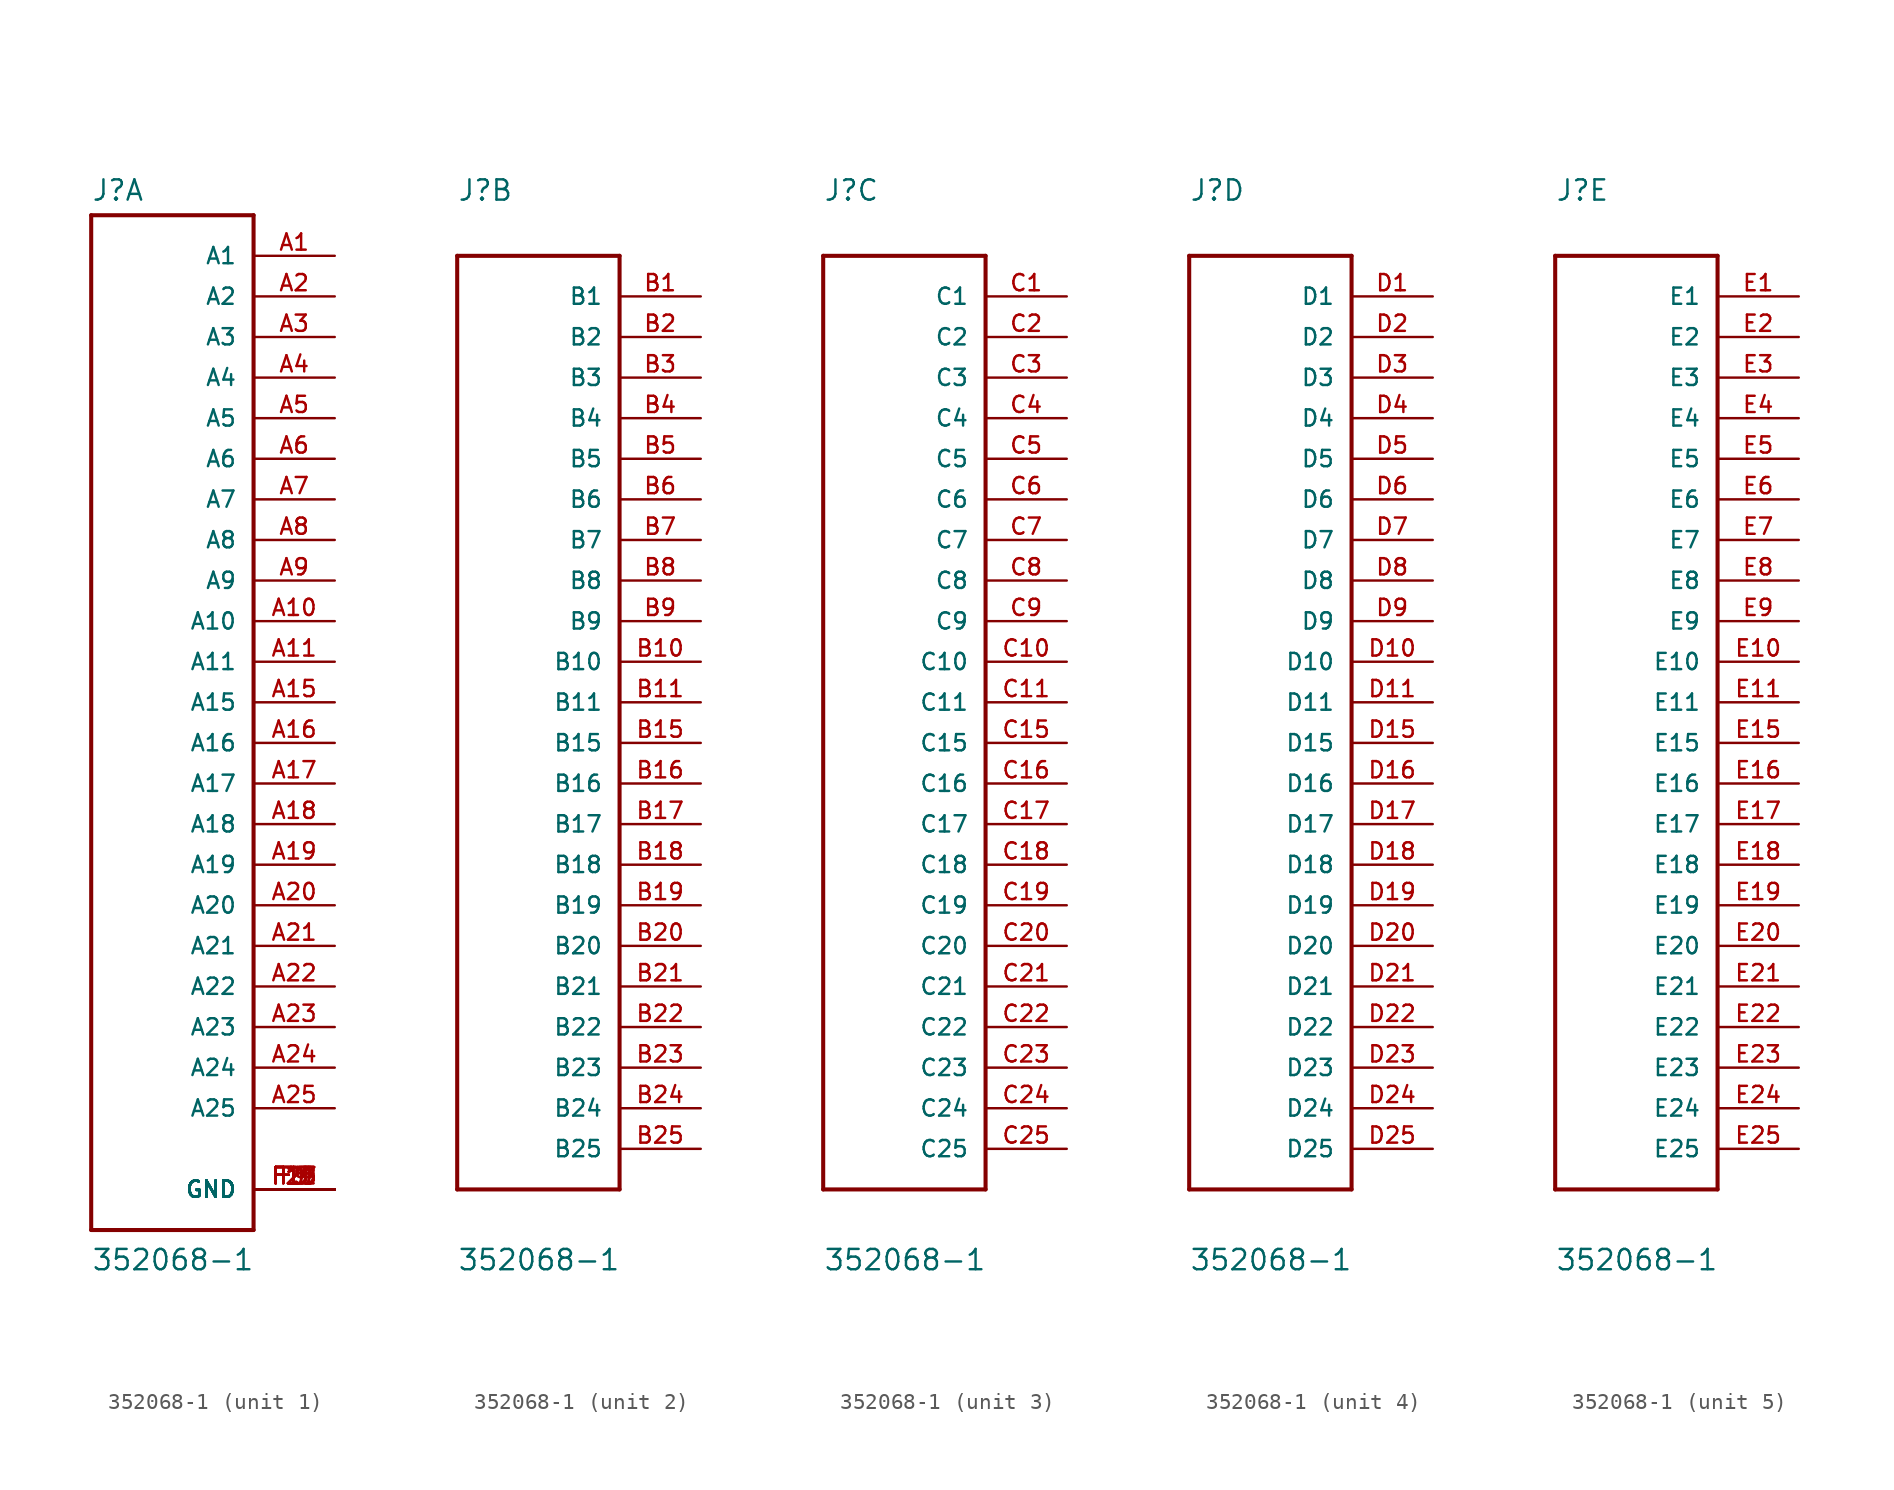
<source format=kicad_sym>
(kicad_symbol_lib
  (version 20211014)
  (generator kicad_symbol_editor)
  (symbol "352068-1"
    (pin_names
      (offset 1.016))
    (property "Reference" "J"
      (at -5.08 31.293 0)
      (effects (font (size 1.27 1.27)) (justify left bottom)))
    (property "Value" "352068-1"
      (at -5.08 -35.636 0)
      (effects (font (size 1.27 1.27)) (justify left bottom)))
    (property "ki_locked" ""
      (at 0 0 0)
      (effects (font (size 1.27 1.27))))
    (symbol "352068-1_1_0"
      (polyline (pts (xy -5.08 -33.02) (xy 5.08 -33.02)) (stroke (width 0.254) (type default) (color 0 0 0 0)) (fill (type none)))
      (polyline (pts (xy -5.08 30.48) (xy -5.08 -33.02)) (stroke (width 0.254) (type default) (color 0 0 0 0)) (fill (type none)))
      (polyline (pts (xy 5.08 -33.02) (xy 5.08 30.48)) (stroke (width 0.254) (type default) (color 0 0 0 0)) (fill (type none)))
      (polyline (pts (xy 5.08 30.48) (xy -5.08 30.48)) (stroke (width 0.254) (type default) (color 0 0 0 0)) (fill (type none)))
      (pin passive line (at 10.16 27.94 180) (length 5.08) (name "A1" (effects (font (size 1.016 1.016)))) (number "A1" (effects (font (size 1.016 1.016)))))
      (pin passive line (at 10.16 5.08 180) (length 5.08) (name "A10" (effects (font (size 1.016 1.016)))) (number "A10" (effects (font (size 1.016 1.016)))))
      (pin passive line (at 10.16 2.54 180) (length 5.08) (name "A11" (effects (font (size 1.016 1.016)))) (number "A11" (effects (font (size 1.016 1.016)))))
      (pin passive line (at 10.16 0 180) (length 5.08) (name "A15" (effects (font (size 1.016 1.016)))) (number "A15" (effects (font (size 1.016 1.016)))))
      (pin passive line (at 10.16 -2.54 180) (length 5.08) (name "A16" (effects (font (size 1.016 1.016)))) (number "A16" (effects (font (size 1.016 1.016)))))
      (pin passive line (at 10.16 -5.08 180) (length 5.08) (name "A17" (effects (font (size 1.016 1.016)))) (number "A17" (effects (font (size 1.016 1.016)))))
      (pin passive line (at 10.16 -7.62 180) (length 5.08) (name "A18" (effects (font (size 1.016 1.016)))) (number "A18" (effects (font (size 1.016 1.016)))))
      (pin passive line (at 10.16 -10.16 180) (length 5.08) (name "A19" (effects (font (size 1.016 1.016)))) (number "A19" (effects (font (size 1.016 1.016)))))
      (pin passive line (at 10.16 25.4 180) (length 5.08) (name "A2" (effects (font (size 1.016 1.016)))) (number "A2" (effects (font (size 1.016 1.016)))))
      (pin passive line (at 10.16 -12.7 180) (length 5.08) (name "A20" (effects (font (size 1.016 1.016)))) (number "A20" (effects (font (size 1.016 1.016)))))
      (pin passive line (at 10.16 -15.24 180) (length 5.08) (name "A21" (effects (font (size 1.016 1.016)))) (number "A21" (effects (font (size 1.016 1.016)))))
      (pin passive line (at 10.16 -17.78 180) (length 5.08) (name "A22" (effects (font (size 1.016 1.016)))) (number "A22" (effects (font (size 1.016 1.016)))))
      (pin passive line (at 10.16 -20.32 180) (length 5.08) (name "A23" (effects (font (size 1.016 1.016)))) (number "A23" (effects (font (size 1.016 1.016)))))
      (pin passive line (at 10.16 -22.86 180) (length 5.08) (name "A24" (effects (font (size 1.016 1.016)))) (number "A24" (effects (font (size 1.016 1.016)))))
      (pin passive line (at 10.16 -25.4 180) (length 5.08) (name "A25" (effects (font (size 1.016 1.016)))) (number "A25" (effects (font (size 1.016 1.016)))))
      (pin passive line (at 10.16 22.86 180) (length 5.08) (name "A3" (effects (font (size 1.016 1.016)))) (number "A3" (effects (font (size 1.016 1.016)))))
      (pin passive line (at 10.16 20.32 180) (length 5.08) (name "A4" (effects (font (size 1.016 1.016)))) (number "A4" (effects (font (size 1.016 1.016)))))
      (pin passive line (at 10.16 17.78 180) (length 5.08) (name "A5" (effects (font (size 1.016 1.016)))) (number "A5" (effects (font (size 1.016 1.016)))))
      (pin passive line (at 10.16 15.24 180) (length 5.08) (name "A6" (effects (font (size 1.016 1.016)))) (number "A6" (effects (font (size 1.016 1.016)))))
      (pin passive line (at 10.16 12.7 180) (length 5.08) (name "A7" (effects (font (size 1.016 1.016)))) (number "A7" (effects (font (size 1.016 1.016)))))
      (pin passive line (at 10.16 10.16 180) (length 5.08) (name "A8" (effects (font (size 1.016 1.016)))) (number "A8" (effects (font (size 1.016 1.016)))))
      (pin passive line (at 10.16 7.62 180) (length 5.08) (name "A9" (effects (font (size 1.016 1.016)))) (number "A9" (effects (font (size 1.016 1.016)))))
      (pin passive line (at 10.16 -30.48 180) (length 5.08) (name "GND" (effects (font (size 1.016 1.016)))) (number "F1" (effects (font (size 1.016 1.016)))))
      (pin passive line (at 10.16 -30.48 180) (length 5.08) (name "GND" (effects (font (size 1.016 1.016)))) (number "F11" (effects (font (size 1.016 1.016)))))
      (pin passive line (at 10.16 -30.48 180) (length 5.08) (name "GND" (effects (font (size 1.016 1.016)))) (number "F13" (effects (font (size 1.016 1.016)))))
      (pin passive line (at 10.16 -30.48 180) (length 5.08) (name "GND" (effects (font (size 1.016 1.016)))) (number "F15" (effects (font (size 1.016 1.016)))))
      (pin passive line (at 10.16 -30.48 180) (length 5.08) (name "GND" (effects (font (size 1.016 1.016)))) (number "F17" (effects (font (size 1.016 1.016)))))
      (pin passive line (at 10.16 -30.48 180) (length 5.08) (name "GND" (effects (font (size 1.016 1.016)))) (number "F19" (effects (font (size 1.016 1.016)))))
      (pin passive line (at 10.16 -30.48 180) (length 5.08) (name "GND" (effects (font (size 1.016 1.016)))) (number "F21" (effects (font (size 1.016 1.016)))))
      (pin passive line (at 10.16 -30.48 180) (length 5.08) (name "GND" (effects (font (size 1.016 1.016)))) (number "F23" (effects (font (size 1.016 1.016)))))
      (pin passive line (at 10.16 -30.48 180) (length 5.08) (name "GND" (effects (font (size 1.016 1.016)))) (number "F25" (effects (font (size 1.016 1.016)))))
      (pin passive line (at 10.16 -30.48 180) (length 5.08) (name "GND" (effects (font (size 1.016 1.016)))) (number "F3" (effects (font (size 1.016 1.016)))))
      (pin passive line (at 10.16 -30.48 180) (length 5.08) (name "GND" (effects (font (size 1.016 1.016)))) (number "F5" (effects (font (size 1.016 1.016)))))
      (pin passive line (at 10.16 -30.48 180) (length 5.08) (name "GND" (effects (font (size 1.016 1.016)))) (number "F7" (effects (font (size 1.016 1.016)))))
      (pin passive line (at 10.16 -30.48 180) (length 5.08) (name "GND" (effects (font (size 1.016 1.016)))) (number "F9" (effects (font (size 1.016 1.016))))))
    (symbol "352068-1_2_0"
      (polyline (pts (xy -5.08 -30.48) (xy 5.08 -30.48)) (stroke (width 0.254) (type default) (color 0 0 0 0)) (fill (type none)))
      (polyline (pts (xy -5.08 27.94) (xy -5.08 -30.48)) (stroke (width 0.254) (type default) (color 0 0 0 0)) (fill (type none)))
      (polyline (pts (xy 5.08 -30.48) (xy 5.08 27.94)) (stroke (width 0.254) (type default) (color 0 0 0 0)) (fill (type none)))
      (polyline (pts (xy 5.08 27.94) (xy -5.08 27.94)) (stroke (width 0.254) (type default) (color 0 0 0 0)) (fill (type none)))
      (pin passive line (at 10.16 25.4 180) (length 5.08) (name "B1" (effects (font (size 1.016 1.016)))) (number "B1" (effects (font (size 1.016 1.016)))))
      (pin passive line (at 10.16 2.54 180) (length 5.08) (name "B10" (effects (font (size 1.016 1.016)))) (number "B10" (effects (font (size 1.016 1.016)))))
      (pin passive line (at 10.16 0 180) (length 5.08) (name "B11" (effects (font (size 1.016 1.016)))) (number "B11" (effects (font (size 1.016 1.016)))))
      (pin passive line (at 10.16 -2.54 180) (length 5.08) (name "B15" (effects (font (size 1.016 1.016)))) (number "B15" (effects (font (size 1.016 1.016)))))
      (pin passive line (at 10.16 -5.08 180) (length 5.08) (name "B16" (effects (font (size 1.016 1.016)))) (number "B16" (effects (font (size 1.016 1.016)))))
      (pin passive line (at 10.16 -7.62 180) (length 5.08) (name "B17" (effects (font (size 1.016 1.016)))) (number "B17" (effects (font (size 1.016 1.016)))))
      (pin passive line (at 10.16 -10.16 180) (length 5.08) (name "B18" (effects (font (size 1.016 1.016)))) (number "B18" (effects (font (size 1.016 1.016)))))
      (pin passive line (at 10.16 -12.7 180) (length 5.08) (name "B19" (effects (font (size 1.016 1.016)))) (number "B19" (effects (font (size 1.016 1.016)))))
      (pin passive line (at 10.16 22.86 180) (length 5.08) (name "B2" (effects (font (size 1.016 1.016)))) (number "B2" (effects (font (size 1.016 1.016)))))
      (pin passive line (at 10.16 -15.24 180) (length 5.08) (name "B20" (effects (font (size 1.016 1.016)))) (number "B20" (effects (font (size 1.016 1.016)))))
      (pin passive line (at 10.16 -17.78 180) (length 5.08) (name "B21" (effects (font (size 1.016 1.016)))) (number "B21" (effects (font (size 1.016 1.016)))))
      (pin passive line (at 10.16 -20.32 180) (length 5.08) (name "B22" (effects (font (size 1.016 1.016)))) (number "B22" (effects (font (size 1.016 1.016)))))
      (pin passive line (at 10.16 -22.86 180) (length 5.08) (name "B23" (effects (font (size 1.016 1.016)))) (number "B23" (effects (font (size 1.016 1.016)))))
      (pin passive line (at 10.16 -25.4 180) (length 5.08) (name "B24" (effects (font (size 1.016 1.016)))) (number "B24" (effects (font (size 1.016 1.016)))))
      (pin passive line (at 10.16 -27.94 180) (length 5.08) (name "B25" (effects (font (size 1.016 1.016)))) (number "B25" (effects (font (size 1.016 1.016)))))
      (pin passive line (at 10.16 20.32 180) (length 5.08) (name "B3" (effects (font (size 1.016 1.016)))) (number "B3" (effects (font (size 1.016 1.016)))))
      (pin passive line (at 10.16 17.78 180) (length 5.08) (name "B4" (effects (font (size 1.016 1.016)))) (number "B4" (effects (font (size 1.016 1.016)))))
      (pin passive line (at 10.16 15.24 180) (length 5.08) (name "B5" (effects (font (size 1.016 1.016)))) (number "B5" (effects (font (size 1.016 1.016)))))
      (pin passive line (at 10.16 12.7 180) (length 5.08) (name "B6" (effects (font (size 1.016 1.016)))) (number "B6" (effects (font (size 1.016 1.016)))))
      (pin passive line (at 10.16 10.16 180) (length 5.08) (name "B7" (effects (font (size 1.016 1.016)))) (number "B7" (effects (font (size 1.016 1.016)))))
      (pin passive line (at 10.16 7.62 180) (length 5.08) (name "B8" (effects (font (size 1.016 1.016)))) (number "B8" (effects (font (size 1.016 1.016)))))
      (pin passive line (at 10.16 5.08 180) (length 5.08) (name "B9" (effects (font (size 1.016 1.016)))) (number "B9" (effects (font (size 1.016 1.016))))))
    (symbol "352068-1_3_0"
      (polyline (pts (xy -5.08 -30.48) (xy 5.08 -30.48)) (stroke (width 0.254) (type default) (color 0 0 0 0)) (fill (type none)))
      (polyline (pts (xy -5.08 27.94) (xy -5.08 -30.48)) (stroke (width 0.254) (type default) (color 0 0 0 0)) (fill (type none)))
      (polyline (pts (xy 5.08 -30.48) (xy 5.08 27.94)) (stroke (width 0.254) (type default) (color 0 0 0 0)) (fill (type none)))
      (polyline (pts (xy 5.08 27.94) (xy -5.08 27.94)) (stroke (width 0.254) (type default) (color 0 0 0 0)) (fill (type none)))
      (pin passive line (at 10.16 25.4 180) (length 5.08) (name "C1" (effects (font (size 1.016 1.016)))) (number "C1" (effects (font (size 1.016 1.016)))))
      (pin passive line (at 10.16 2.54 180) (length 5.08) (name "C10" (effects (font (size 1.016 1.016)))) (number "C10" (effects (font (size 1.016 1.016)))))
      (pin passive line (at 10.16 0 180) (length 5.08) (name "C11" (effects (font (size 1.016 1.016)))) (number "C11" (effects (font (size 1.016 1.016)))))
      (pin passive line (at 10.16 -2.54 180) (length 5.08) (name "C15" (effects (font (size 1.016 1.016)))) (number "C15" (effects (font (size 1.016 1.016)))))
      (pin passive line (at 10.16 -5.08 180) (length 5.08) (name "C16" (effects (font (size 1.016 1.016)))) (number "C16" (effects (font (size 1.016 1.016)))))
      (pin passive line (at 10.16 -7.62 180) (length 5.08) (name "C17" (effects (font (size 1.016 1.016)))) (number "C17" (effects (font (size 1.016 1.016)))))
      (pin passive line (at 10.16 -10.16 180) (length 5.08) (name "C18" (effects (font (size 1.016 1.016)))) (number "C18" (effects (font (size 1.016 1.016)))))
      (pin passive line (at 10.16 -12.7 180) (length 5.08) (name "C19" (effects (font (size 1.016 1.016)))) (number "C19" (effects (font (size 1.016 1.016)))))
      (pin passive line (at 10.16 22.86 180) (length 5.08) (name "C2" (effects (font (size 1.016 1.016)))) (number "C2" (effects (font (size 1.016 1.016)))))
      (pin passive line (at 10.16 -15.24 180) (length 5.08) (name "C20" (effects (font (size 1.016 1.016)))) (number "C20" (effects (font (size 1.016 1.016)))))
      (pin passive line (at 10.16 -17.78 180) (length 5.08) (name "C21" (effects (font (size 1.016 1.016)))) (number "C21" (effects (font (size 1.016 1.016)))))
      (pin passive line (at 10.16 -20.32 180) (length 5.08) (name "C22" (effects (font (size 1.016 1.016)))) (number "C22" (effects (font (size 1.016 1.016)))))
      (pin passive line (at 10.16 -22.86 180) (length 5.08) (name "C23" (effects (font (size 1.016 1.016)))) (number "C23" (effects (font (size 1.016 1.016)))))
      (pin passive line (at 10.16 -25.4 180) (length 5.08) (name "C24" (effects (font (size 1.016 1.016)))) (number "C24" (effects (font (size 1.016 1.016)))))
      (pin passive line (at 10.16 -27.94 180) (length 5.08) (name "C25" (effects (font (size 1.016 1.016)))) (number "C25" (effects (font (size 1.016 1.016)))))
      (pin passive line (at 10.16 20.32 180) (length 5.08) (name "C3" (effects (font (size 1.016 1.016)))) (number "C3" (effects (font (size 1.016 1.016)))))
      (pin passive line (at 10.16 17.78 180) (length 5.08) (name "C4" (effects (font (size 1.016 1.016)))) (number "C4" (effects (font (size 1.016 1.016)))))
      (pin passive line (at 10.16 15.24 180) (length 5.08) (name "C5" (effects (font (size 1.016 1.016)))) (number "C5" (effects (font (size 1.016 1.016)))))
      (pin passive line (at 10.16 12.7 180) (length 5.08) (name "C6" (effects (font (size 1.016 1.016)))) (number "C6" (effects (font (size 1.016 1.016)))))
      (pin passive line (at 10.16 10.16 180) (length 5.08) (name "C7" (effects (font (size 1.016 1.016)))) (number "C7" (effects (font (size 1.016 1.016)))))
      (pin passive line (at 10.16 7.62 180) (length 5.08) (name "C8" (effects (font (size 1.016 1.016)))) (number "C8" (effects (font (size 1.016 1.016)))))
      (pin passive line (at 10.16 5.08 180) (length 5.08) (name "C9" (effects (font (size 1.016 1.016)))) (number "C9" (effects (font (size 1.016 1.016))))))
    (symbol "352068-1_4_0"
      (polyline (pts (xy -5.08 -30.48) (xy 5.08 -30.48)) (stroke (width 0.254) (type default) (color 0 0 0 0)) (fill (type none)))
      (polyline (pts (xy -5.08 27.94) (xy -5.08 -30.48)) (stroke (width 0.254) (type default) (color 0 0 0 0)) (fill (type none)))
      (polyline (pts (xy 5.08 -30.48) (xy 5.08 27.94)) (stroke (width 0.254) (type default) (color 0 0 0 0)) (fill (type none)))
      (polyline (pts (xy 5.08 27.94) (xy -5.08 27.94)) (stroke (width 0.254) (type default) (color 0 0 0 0)) (fill (type none)))
      (pin passive line (at 10.16 25.4 180) (length 5.08) (name "D1" (effects (font (size 1.016 1.016)))) (number "D1" (effects (font (size 1.016 1.016)))))
      (pin passive line (at 10.16 2.54 180) (length 5.08) (name "D10" (effects (font (size 1.016 1.016)))) (number "D10" (effects (font (size 1.016 1.016)))))
      (pin passive line (at 10.16 0 180) (length 5.08) (name "D11" (effects (font (size 1.016 1.016)))) (number "D11" (effects (font (size 1.016 1.016)))))
      (pin passive line (at 10.16 -2.54 180) (length 5.08) (name "D15" (effects (font (size 1.016 1.016)))) (number "D15" (effects (font (size 1.016 1.016)))))
      (pin passive line (at 10.16 -5.08 180) (length 5.08) (name "D16" (effects (font (size 1.016 1.016)))) (number "D16" (effects (font (size 1.016 1.016)))))
      (pin passive line (at 10.16 -7.62 180) (length 5.08) (name "D17" (effects (font (size 1.016 1.016)))) (number "D17" (effects (font (size 1.016 1.016)))))
      (pin passive line (at 10.16 -10.16 180) (length 5.08) (name "D18" (effects (font (size 1.016 1.016)))) (number "D18" (effects (font (size 1.016 1.016)))))
      (pin passive line (at 10.16 -12.7 180) (length 5.08) (name "D19" (effects (font (size 1.016 1.016)))) (number "D19" (effects (font (size 1.016 1.016)))))
      (pin passive line (at 10.16 22.86 180) (length 5.08) (name "D2" (effects (font (size 1.016 1.016)))) (number "D2" (effects (font (size 1.016 1.016)))))
      (pin passive line (at 10.16 -15.24 180) (length 5.08) (name "D20" (effects (font (size 1.016 1.016)))) (number "D20" (effects (font (size 1.016 1.016)))))
      (pin passive line (at 10.16 -17.78 180) (length 5.08) (name "D21" (effects (font (size 1.016 1.016)))) (number "D21" (effects (font (size 1.016 1.016)))))
      (pin passive line (at 10.16 -20.32 180) (length 5.08) (name "D22" (effects (font (size 1.016 1.016)))) (number "D22" (effects (font (size 1.016 1.016)))))
      (pin passive line (at 10.16 -22.86 180) (length 5.08) (name "D23" (effects (font (size 1.016 1.016)))) (number "D23" (effects (font (size 1.016 1.016)))))
      (pin passive line (at 10.16 -25.4 180) (length 5.08) (name "D24" (effects (font (size 1.016 1.016)))) (number "D24" (effects (font (size 1.016 1.016)))))
      (pin passive line (at 10.16 -27.94 180) (length 5.08) (name "D25" (effects (font (size 1.016 1.016)))) (number "D25" (effects (font (size 1.016 1.016)))))
      (pin passive line (at 10.16 20.32 180) (length 5.08) (name "D3" (effects (font (size 1.016 1.016)))) (number "D3" (effects (font (size 1.016 1.016)))))
      (pin passive line (at 10.16 17.78 180) (length 5.08) (name "D4" (effects (font (size 1.016 1.016)))) (number "D4" (effects (font (size 1.016 1.016)))))
      (pin passive line (at 10.16 15.24 180) (length 5.08) (name "D5" (effects (font (size 1.016 1.016)))) (number "D5" (effects (font (size 1.016 1.016)))))
      (pin passive line (at 10.16 12.7 180) (length 5.08) (name "D6" (effects (font (size 1.016 1.016)))) (number "D6" (effects (font (size 1.016 1.016)))))
      (pin passive line (at 10.16 10.16 180) (length 5.08) (name "D7" (effects (font (size 1.016 1.016)))) (number "D7" (effects (font (size 1.016 1.016)))))
      (pin passive line (at 10.16 7.62 180) (length 5.08) (name "D8" (effects (font (size 1.016 1.016)))) (number "D8" (effects (font (size 1.016 1.016)))))
      (pin passive line (at 10.16 5.08 180) (length 5.08) (name "D9" (effects (font (size 1.016 1.016)))) (number "D9" (effects (font (size 1.016 1.016))))))
    (symbol "352068-1_5_0"
      (polyline (pts (xy -5.08 -30.48) (xy 5.08 -30.48)) (stroke (width 0.254) (type default) (color 0 0 0 0)) (fill (type none)))
      (polyline (pts (xy -5.08 27.94) (xy -5.08 -30.48)) (stroke (width 0.254) (type default) (color 0 0 0 0)) (fill (type none)))
      (polyline (pts (xy 5.08 -30.48) (xy 5.08 27.94)) (stroke (width 0.254) (type default) (color 0 0 0 0)) (fill (type none)))
      (polyline (pts (xy 5.08 27.94) (xy -5.08 27.94)) (stroke (width 0.254) (type default) (color 0 0 0 0)) (fill (type none)))
      (pin passive line (at 10.16 25.4 180) (length 5.08) (name "E1" (effects (font (size 1.016 1.016)))) (number "E1" (effects (font (size 1.016 1.016)))))
      (pin passive line (at 10.16 2.54 180) (length 5.08) (name "E10" (effects (font (size 1.016 1.016)))) (number "E10" (effects (font (size 1.016 1.016)))))
      (pin passive line (at 10.16 0 180) (length 5.08) (name "E11" (effects (font (size 1.016 1.016)))) (number "E11" (effects (font (size 1.016 1.016)))))
      (pin passive line (at 10.16 -2.54 180) (length 5.08) (name "E15" (effects (font (size 1.016 1.016)))) (number "E15" (effects (font (size 1.016 1.016)))))
      (pin passive line (at 10.16 -5.08 180) (length 5.08) (name "E16" (effects (font (size 1.016 1.016)))) (number "E16" (effects (font (size 1.016 1.016)))))
      (pin passive line (at 10.16 -7.62 180) (length 5.08) (name "E17" (effects (font (size 1.016 1.016)))) (number "E17" (effects (font (size 1.016 1.016)))))
      (pin passive line (at 10.16 -10.16 180) (length 5.08) (name "E18" (effects (font (size 1.016 1.016)))) (number "E18" (effects (font (size 1.016 1.016)))))
      (pin passive line (at 10.16 -12.7 180) (length 5.08) (name "E19" (effects (font (size 1.016 1.016)))) (number "E19" (effects (font (size 1.016 1.016)))))
      (pin passive line (at 10.16 22.86 180) (length 5.08) (name "E2" (effects (font (size 1.016 1.016)))) (number "E2" (effects (font (size 1.016 1.016)))))
      (pin passive line (at 10.16 -15.24 180) (length 5.08) (name "E20" (effects (font (size 1.016 1.016)))) (number "E20" (effects (font (size 1.016 1.016)))))
      (pin passive line (at 10.16 -17.78 180) (length 5.08) (name "E21" (effects (font (size 1.016 1.016)))) (number "E21" (effects (font (size 1.016 1.016)))))
      (pin passive line (at 10.16 -20.32 180) (length 5.08) (name "E22" (effects (font (size 1.016 1.016)))) (number "E22" (effects (font (size 1.016 1.016)))))
      (pin passive line (at 10.16 -22.86 180) (length 5.08) (name "E23" (effects (font (size 1.016 1.016)))) (number "E23" (effects (font (size 1.016 1.016)))))
      (pin passive line (at 10.16 -25.4 180) (length 5.08) (name "E24" (effects (font (size 1.016 1.016)))) (number "E24" (effects (font (size 1.016 1.016)))))
      (pin passive line (at 10.16 -27.94 180) (length 5.08) (name "E25" (effects (font (size 1.016 1.016)))) (number "E25" (effects (font (size 1.016 1.016)))))
      (pin passive line (at 10.16 20.32 180) (length 5.08) (name "E3" (effects (font (size 1.016 1.016)))) (number "E3" (effects (font (size 1.016 1.016)))))
      (pin passive line (at 10.16 17.78 180) (length 5.08) (name "E4" (effects (font (size 1.016 1.016)))) (number "E4" (effects (font (size 1.016 1.016)))))
      (pin passive line (at 10.16 15.24 180) (length 5.08) (name "E5" (effects (font (size 1.016 1.016)))) (number "E5" (effects (font (size 1.016 1.016)))))
      (pin passive line (at 10.16 12.7 180) (length 5.08) (name "E6" (effects (font (size 1.016 1.016)))) (number "E6" (effects (font (size 1.016 1.016)))))
      (pin passive line (at 10.16 10.16 180) (length 5.08) (name "E7" (effects (font (size 1.016 1.016)))) (number "E7" (effects (font (size 1.016 1.016)))))
      (pin passive line (at 10.16 7.62 180) (length 5.08) (name "E8" (effects (font (size 1.016 1.016)))) (number "E8" (effects (font (size 1.016 1.016)))))
      (pin passive line (at 10.16 5.08 180) (length 5.08) (name "E9" (effects (font (size 1.016 1.016)))) (number "E9" (effects (font (size 1.016 1.016))))))))
</source>
